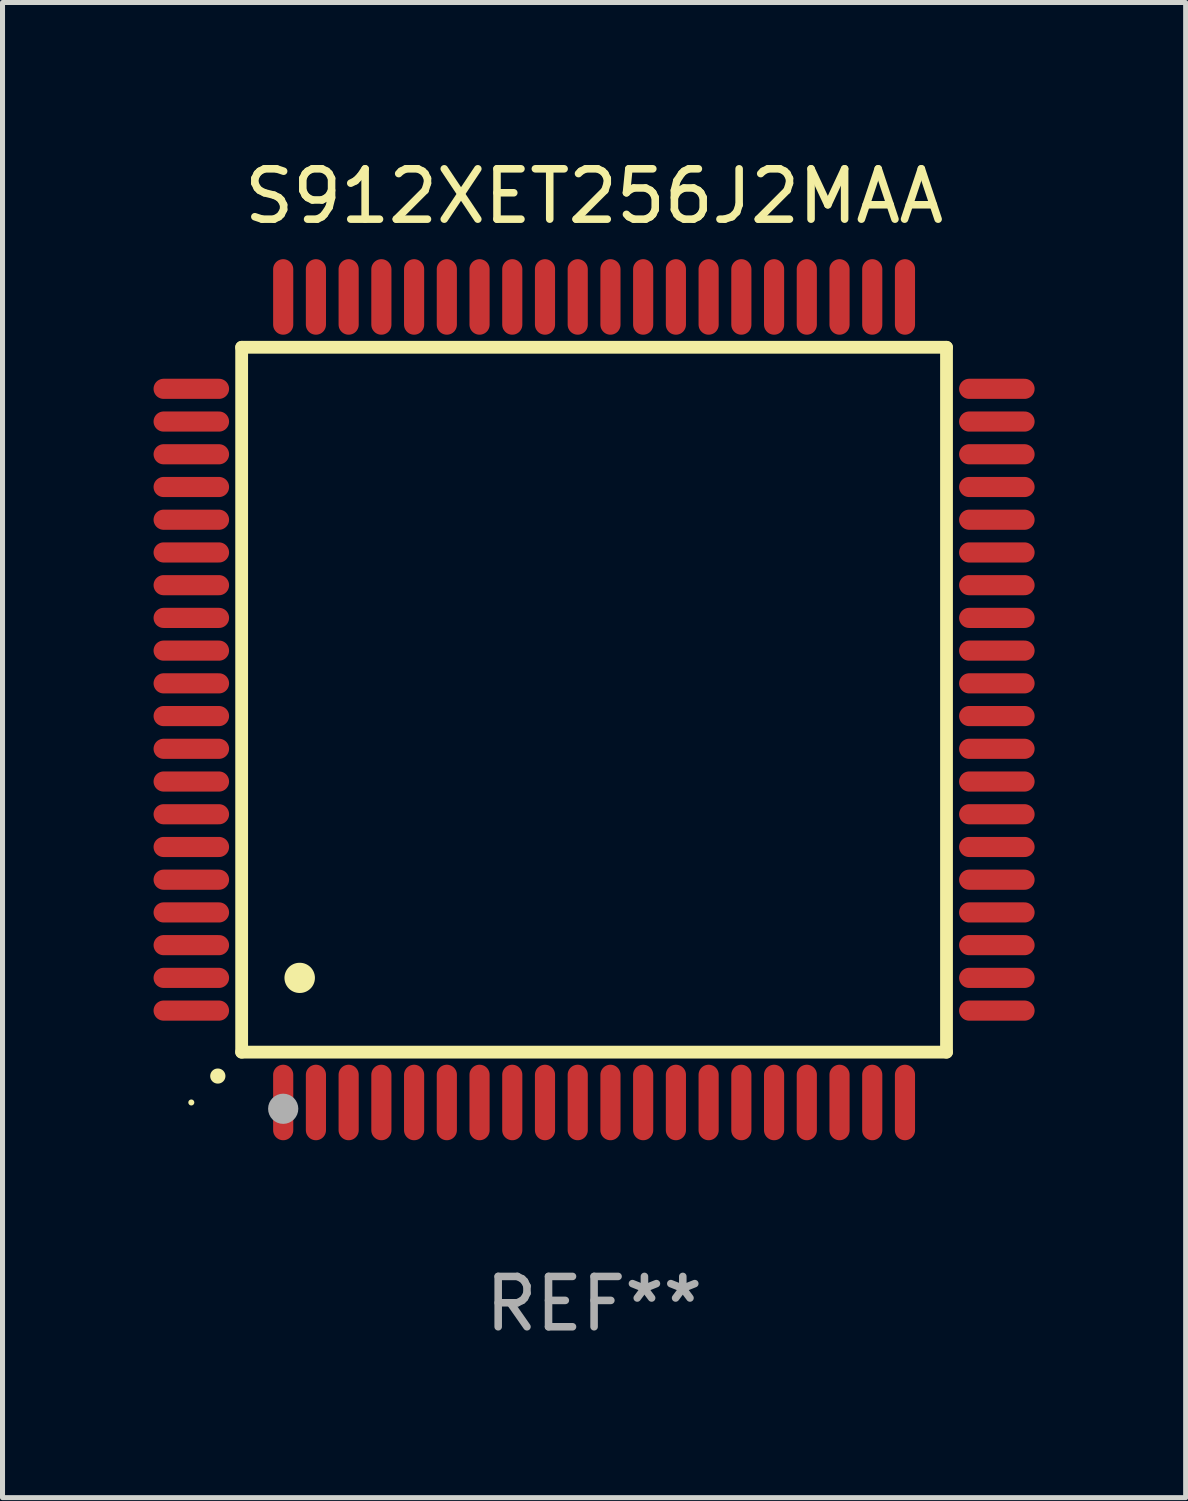
<source format=kicad_pcb>
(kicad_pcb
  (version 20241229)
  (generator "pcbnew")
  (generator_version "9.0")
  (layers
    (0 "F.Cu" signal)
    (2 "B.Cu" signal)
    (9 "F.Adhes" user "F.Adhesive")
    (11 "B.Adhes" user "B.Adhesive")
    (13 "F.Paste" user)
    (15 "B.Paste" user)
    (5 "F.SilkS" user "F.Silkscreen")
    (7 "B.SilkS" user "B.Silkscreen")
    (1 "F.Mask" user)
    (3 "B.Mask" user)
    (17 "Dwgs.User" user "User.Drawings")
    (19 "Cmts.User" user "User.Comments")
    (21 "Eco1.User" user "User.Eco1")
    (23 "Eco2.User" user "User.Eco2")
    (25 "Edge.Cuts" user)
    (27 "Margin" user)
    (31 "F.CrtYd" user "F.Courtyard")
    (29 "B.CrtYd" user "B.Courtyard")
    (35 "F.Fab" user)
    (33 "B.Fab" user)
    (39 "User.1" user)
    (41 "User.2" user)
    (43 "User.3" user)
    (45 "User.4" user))
  (footprint "S912XET256J2MAA"
    (layer "F.Cu")
    (at 8.75 10.848)
    (property "Reference" "S912XET256J2MAA" (at 0 -10 0) (layer "F.SilkS") (effects (font (size 1 1) (thickness 0.15))))
    (attr through_hole)
    (fp_line (start -7 -7) (end -7 7) (stroke (width 0.254) (type solid)) (layer "F.SilkS"))
    (fp_line (start -7 -7) (end 7 -7) (stroke (width 0.254) (type solid)) (layer "F.SilkS"))
    (fp_line (start -7 7) (end 7 7) (stroke (width 0.254) (type solid)) (layer "F.SilkS"))
    (fp_line (start 7 -7) (end 7 7) (stroke (width 0.254) (type solid)) (layer "F.SilkS"))
    (fp_arc (start -7.475006 7.475006) (mid -7.473736 7.475001) (end -7.472466 7.475006) (stroke (width 0.3) (type solid)) (layer "F.SilkS"))
    (fp_arc (start -5.850013 5.525019) (mid -5.847473 5.525008) (end -5.844933 5.525019) (stroke (width 0.6) (type solid)) (layer "F.SilkS"))
    (fp_circle (center -8 8) (end -7.97 8) (stroke (width 0.06) (type solid)) (fill no) (layer "F.SilkS"))
    (fp_circle (center -6.175 8.125) (end -6.025 8.125) (stroke (width 0.3) (type solid)) (fill no) (layer "F.Fab"))
    (fp_text user "REF**" (at 0 12 0) (layer "F.Fab") (effects (font (size 1 1) (thickness 0.15))))
    (pad "1" smd oval (at -6.175 8 180) (size 0.4 1.5) (layers "F.Cu" "F.Mask" "F.Paste"))
    (pad "2" smd oval (at -5.525 8 180) (size 0.4 1.5) (layers "F.Cu" "F.Mask" "F.Paste"))
    (pad "3" smd oval (at -4.875 8 180) (size 0.4 1.5) (layers "F.Cu" "F.Mask" "F.Paste"))
    (pad "4" smd oval (at -4.225 8 180) (size 0.4 1.5) (layers "F.Cu" "F.Mask" "F.Paste"))
    (pad "5" smd oval (at -3.575 8 180) (size 0.4 1.5) (layers "F.Cu" "F.Mask" "F.Paste"))
    (pad "6" smd oval (at -2.925 8 180) (size 0.4 1.5) (layers "F.Cu" "F.Mask" "F.Paste"))
    (pad "7" smd oval (at -2.275 8 180) (size 0.4 1.5) (layers "F.Cu" "F.Mask" "F.Paste"))
    (pad "8" smd oval (at -1.625 8 180) (size 0.4 1.5) (layers "F.Cu" "F.Mask" "F.Paste"))
    (pad "9" smd oval (at -0.975 8 180) (size 0.4 1.5) (layers "F.Cu" "F.Mask" "F.Paste"))
    (pad "10" smd oval (at -0.325 8 180) (size 0.4 1.5) (layers "F.Cu" "F.Mask" "F.Paste"))
    (pad "11" smd oval (at 0.325 8 180) (size 0.4 1.5) (layers "F.Cu" "F.Mask" "F.Paste"))
    (pad "12" smd oval (at 0.975 8 180) (size 0.4 1.5) (layers "F.Cu" "F.Mask" "F.Paste"))
    (pad "13" smd oval (at 1.625 8 180) (size 0.4 1.5) (layers "F.Cu" "F.Mask" "F.Paste"))
    (pad "14" smd oval (at 2.275 8 180) (size 0.4 1.5) (layers "F.Cu" "F.Mask" "F.Paste"))
    (pad "15" smd oval (at 2.925 8 180) (size 0.4 1.5) (layers "F.Cu" "F.Mask" "F.Paste"))
    (pad "16" smd oval (at 3.575 8 180) (size 0.4 1.5) (layers "F.Cu" "F.Mask" "F.Paste"))
    (pad "17" smd oval (at 4.225 8 180) (size 0.4 1.5) (layers "F.Cu" "F.Mask" "F.Paste"))
    (pad "18" smd oval (at 4.875 8 180) (size 0.4 1.5) (layers "F.Cu" "F.Mask" "F.Paste"))
    (pad "19" smd oval (at 5.525 8 180) (size 0.4 1.5) (layers "F.Cu" "F.Mask" "F.Paste"))
    (pad "20" smd oval (at 6.175 8) (size 0.4 1.5) (layers "F.Cu" "F.Mask" "F.Paste"))
    (pad "21" smd oval (at 8 6.175 270) (size 0.4 1.5) (layers "F.Cu" "F.Mask" "F.Paste"))
    (pad "22" smd oval (at 8 5.525 90) (size 0.4 1.5) (layers "F.Cu" "F.Mask" "F.Paste"))
    (pad "23" smd oval (at 8 4.875 90) (size 0.4 1.5) (layers "F.Cu" "F.Mask" "F.Paste"))
    (pad "24" smd oval (at 8 4.225 90) (size 0.4 1.5) (layers "F.Cu" "F.Mask" "F.Paste"))
    (pad "25" smd oval (at 8 3.575 90) (size 0.4 1.5) (layers "F.Cu" "F.Mask" "F.Paste"))
    (pad "26" smd oval (at 8 2.925 90) (size 0.4 1.5) (layers "F.Cu" "F.Mask" "F.Paste"))
    (pad "27" smd oval (at 8 2.275 90) (size 0.4 1.5) (layers "F.Cu" "F.Mask" "F.Paste"))
    (pad "28" smd oval (at 8 1.625 90) (size 0.4 1.5) (layers "F.Cu" "F.Mask" "F.Paste"))
    (pad "29" smd oval (at 8 0.975 90) (size 0.4 1.5) (layers "F.Cu" "F.Mask" "F.Paste"))
    (pad "30" smd oval (at 8 0.325 90) (size 0.4 1.5) (layers "F.Cu" "F.Mask" "F.Paste"))
    (pad "31" smd oval (at 8 -0.325 90) (size 0.4 1.5) (layers "F.Cu" "F.Mask" "F.Paste"))
    (pad "32" smd oval (at 8 -0.975 90) (size 0.4 1.5) (layers "F.Cu" "F.Mask" "F.Paste"))
    (pad "33" smd oval (at 8 -1.625 90) (size 0.4 1.5) (layers "F.Cu" "F.Mask" "F.Paste"))
    (pad "34" smd oval (at 8 -2.275 90) (size 0.4 1.5) (layers "F.Cu" "F.Mask" "F.Paste"))
    (pad "35" smd oval (at 8 -2.925 90) (size 0.4 1.5) (layers "F.Cu" "F.Mask" "F.Paste"))
    (pad "36" smd oval (at 8 -3.575 90) (size 0.4 1.5) (layers "F.Cu" "F.Mask" "F.Paste"))
    (pad "37" smd oval (at 8 -4.225 90) (size 0.4 1.5) (layers "F.Cu" "F.Mask" "F.Paste"))
    (pad "38" smd oval (at 8 -4.875 90) (size 0.4 1.5) (layers "F.Cu" "F.Mask" "F.Paste"))
    (pad "39" smd oval (at 8 -5.525 90) (size 0.4 1.5) (layers "F.Cu" "F.Mask" "F.Paste"))
    (pad "40" smd oval (at 8 -6.175 90) (size 0.4 1.5) (layers "F.Cu" "F.Mask" "F.Paste"))
    (pad "41" smd oval (at 6.175 -8) (size 0.4 1.5) (layers "F.Cu" "F.Mask" "F.Paste"))
    (pad "42" smd oval (at 5.525 -8 180) (size 0.4 1.5) (layers "F.Cu" "F.Mask" "F.Paste"))
    (pad "43" smd oval (at 4.875 -8 180) (size 0.4 1.5) (layers "F.Cu" "F.Mask" "F.Paste"))
    (pad "44" smd oval (at 4.225 -8 180) (size 0.4 1.5) (layers "F.Cu" "F.Mask" "F.Paste"))
    (pad "45" smd oval (at 3.575 -8 180) (size 0.4 1.5) (layers "F.Cu" "F.Mask" "F.Paste"))
    (pad "46" smd oval (at 2.925 -8 180) (size 0.4 1.5) (layers "F.Cu" "F.Mask" "F.Paste"))
    (pad "47" smd oval (at 2.275 -8 180) (size 0.4 1.5) (layers "F.Cu" "F.Mask" "F.Paste"))
    (pad "48" smd oval (at 1.625 -8 180) (size 0.4 1.5) (layers "F.Cu" "F.Mask" "F.Paste"))
    (pad "49" smd oval (at 0.975 -8 180) (size 0.4 1.5) (layers "F.Cu" "F.Mask" "F.Paste"))
    (pad "50" smd oval (at 0.325 -8 180) (size 0.4 1.5) (layers "F.Cu" "F.Mask" "F.Paste"))
    (pad "51" smd oval (at -0.325 -8 180) (size 0.4 1.5) (layers "F.Cu" "F.Mask" "F.Paste"))
    (pad "52" smd oval (at -0.975 -8 180) (size 0.4 1.5) (layers "F.Cu" "F.Mask" "F.Paste"))
    (pad "53" smd oval (at -1.625 -8 180) (size 0.4 1.5) (layers "F.Cu" "F.Mask" "F.Paste"))
    (pad "54" smd oval (at -2.275 -8 180) (size 0.4 1.5) (layers "F.Cu" "F.Mask" "F.Paste"))
    (pad "55" smd oval (at -2.925 -8 180) (size 0.4 1.5) (layers "F.Cu" "F.Mask" "F.Paste"))
    (pad "56" smd oval (at -3.575 -8 180) (size 0.4 1.5) (layers "F.Cu" "F.Mask" "F.Paste"))
    (pad "57" smd oval (at -4.225 -8 180) (size 0.4 1.5) (layers "F.Cu" "F.Mask" "F.Paste"))
    (pad "58" smd oval (at -4.875 -8 180) (size 0.4 1.5) (layers "F.Cu" "F.Mask" "F.Paste"))
    (pad "59" smd oval (at -5.525 -8 180) (size 0.4 1.5) (layers "F.Cu" "F.Mask" "F.Paste"))
    (pad "60" smd oval (at -6.175 -8 180) (size 0.4 1.5) (layers "F.Cu" "F.Mask" "F.Paste"))
    (pad "61" smd oval (at -8 -6.175 90) (size 0.4 1.5) (layers "F.Cu" "F.Mask" "F.Paste"))
    (pad "62" smd oval (at -8 -5.525 90) (size 0.4 1.5) (layers "F.Cu" "F.Mask" "F.Paste"))
    (pad "63" smd oval (at -8 -4.875 90) (size 0.4 1.5) (layers "F.Cu" "F.Mask" "F.Paste"))
    (pad "64" smd oval (at -8 -4.225 90) (size 0.4 1.5) (layers "F.Cu" "F.Mask" "F.Paste"))
    (pad "65" smd oval (at -8 -3.575 90) (size 0.4 1.5) (layers "F.Cu" "F.Mask" "F.Paste"))
    (pad "66" smd oval (at -8 -2.925 90) (size 0.4 1.5) (layers "F.Cu" "F.Mask" "F.Paste"))
    (pad "67" smd oval (at -8 -2.275 90) (size 0.4 1.5) (layers "F.Cu" "F.Mask" "F.Paste"))
    (pad "68" smd oval (at -8 -1.625 90) (size 0.4 1.5) (layers "F.Cu" "F.Mask" "F.Paste"))
    (pad "69" smd oval (at -8 -0.975 90) (size 0.4 1.5) (layers "F.Cu" "F.Mask" "F.Paste"))
    (pad "70" smd oval (at -8 -0.325 90) (size 0.4 1.5) (layers "F.Cu" "F.Mask" "F.Paste"))
    (pad "71" smd oval (at -8 0.325 90) (size 0.4 1.5) (layers "F.Cu" "F.Mask" "F.Paste"))
    (pad "72" smd oval (at -8 0.975 90) (size 0.4 1.5) (layers "F.Cu" "F.Mask" "F.Paste"))
    (pad "73" smd oval (at -8 1.625 90) (size 0.4 1.5) (layers "F.Cu" "F.Mask" "F.Paste"))
    (pad "74" smd oval (at -8 2.275 90) (size 0.4 1.5) (layers "F.Cu" "F.Mask" "F.Paste"))
    (pad "75" smd oval (at -8 2.925 90) (size 0.4 1.5) (layers "F.Cu" "F.Mask" "F.Paste"))
    (pad "76" smd oval (at -8 3.575 90) (size 0.4 1.5) (layers "F.Cu" "F.Mask" "F.Paste"))
    (pad "77" smd oval (at -8 4.225 90) (size 0.4 1.5) (layers "F.Cu" "F.Mask" "F.Paste"))
    (pad "78" smd oval (at -8 4.875 90) (size 0.4 1.5) (layers "F.Cu" "F.Mask" "F.Paste"))
    (pad "79" smd oval (at -8 5.525 90) (size 0.4 1.5) (layers "F.Cu" "F.Mask" "F.Paste"))
    (pad "80" smd oval (at -8 6.175 270) (size 0.4 1.5) (layers "F.Cu" "F.Mask" "F.Paste")))
  (gr_rect
    (start -3 -3)
    (end 20.5 26.697)
    (stroke (width 0.1) (type default))
    (fill no)
    (layer "Edge.Cuts")))
</source>
